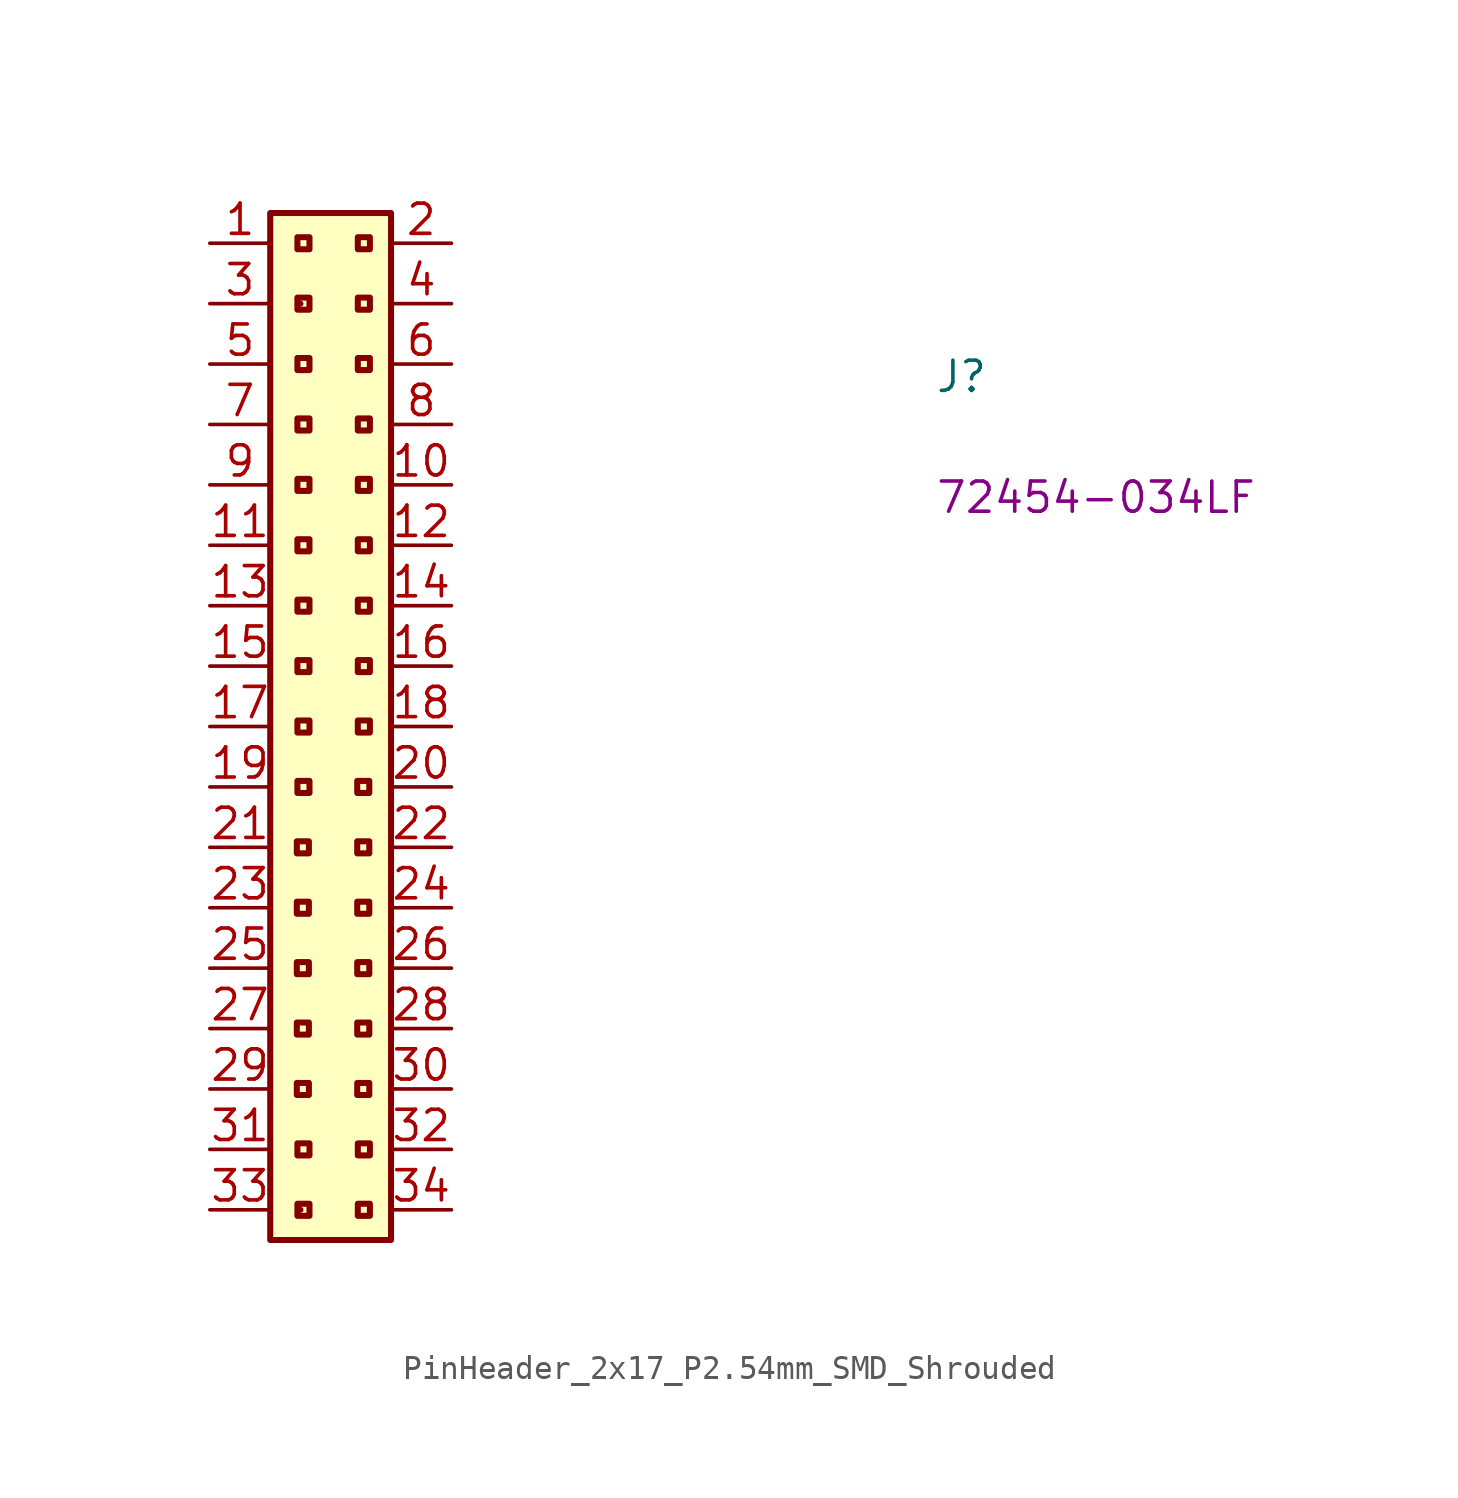
<source format=kicad_sym>
(kicad_symbol_lib
  (version 20220914)
  (generator kicad_symbol_editor)
  (symbol "PinHeader_2x17_P2.54mm_SMD_Shrouded"
    (pin_names hide)
    (property "Reference" "J"
      (at 30.48 -6.35 0)
      (effects (font (size 1.27 1.27) (thickness 0.15)) (justify left bottom)))
    (property "MPN" "72454-034LF"
      (at 30.48 -11.43 0)
      (effects (font (size 1.27 1.27) (thickness 0.15)) (justify left bottom)))
    (symbol "PinHeader_2x17_P2.54mm_SMD_Shrouded_1_1"
      (rectangle (start 2.54 1.27) (end 7.62 -41.91) (stroke (width 0.254) (type default)) (fill (type background)))
      (rectangle (start 3.81 -40.64) (end 3.81 -40.64) (stroke (width 0.254) (type default)) (fill (type background)))
      (rectangle (start 3.81 -2.54) (end 3.81 -2.54) (stroke (width 0.254) (type default)) (fill (type background)))
      (rectangle (start 4.166 -35.814) (end 3.658 -35.306) (stroke (width 0.254) (type default)) (fill (type background)))
      (rectangle (start 4.166 -33.274) (end 3.658 -32.766) (stroke (width 0.254) (type default)) (fill (type background)))
      (rectangle (start 4.166 -30.734) (end 3.658 -30.226) (stroke (width 0.254) (type default)) (fill (type background)))
      (rectangle (start 4.166 -28.194) (end 3.658 -27.686) (stroke (width 0.254) (type default)) (fill (type background)))
      (rectangle (start 4.166 -25.654) (end 3.658 -25.146) (stroke (width 0.254) (type default)) (fill (type background)))
      (rectangle (start 4.191 -40.894) (end 3.683 -40.386) (stroke (width 0.254) (type default)) (fill (type background)))
      (rectangle (start 4.191 -38.354) (end 3.683 -37.846) (stroke (width 0.254) (type default)) (fill (type background)))
      (rectangle (start 4.191 -23.114) (end 3.683 -22.606) (stroke (width 0.254) (type default)) (fill (type background)))
      (rectangle (start 4.191 -20.574) (end 3.683 -20.066) (stroke (width 0.254) (type default)) (fill (type background)))
      (rectangle (start 4.191 -18.034) (end 3.683 -17.526) (stroke (width 0.254) (type default)) (fill (type background)))
      (rectangle (start 4.191 -15.494) (end 3.683 -14.986) (stroke (width 0.254) (type default)) (fill (type background)))
      (rectangle (start 4.191 -12.954) (end 3.683 -12.446) (stroke (width 0.254) (type default)) (fill (type background)))
      (rectangle (start 4.191 -10.414) (end 3.683 -9.906) (stroke (width 0.254) (type default)) (fill (type background)))
      (rectangle (start 4.191 -7.874) (end 3.683 -7.366) (stroke (width 0.254) (type default)) (fill (type background)))
      (rectangle (start 4.191 -5.334) (end 3.683 -4.826) (stroke (width 0.254) (type default)) (fill (type background)))
      (rectangle (start 4.191 -2.794) (end 3.683 -2.286) (stroke (width 0.254) (type default)) (fill (type background)))
      (rectangle (start 4.191 -0.254) (end 3.683 0.254) (stroke (width 0.254) (type default)) (fill (type background)))
      (rectangle (start 6.706 -35.814) (end 6.198 -35.306) (stroke (width 0.254) (type default)) (fill (type background)))
      (rectangle (start 6.706 -33.274) (end 6.198 -32.766) (stroke (width 0.254) (type default)) (fill (type background)))
      (rectangle (start 6.706 -30.734) (end 6.198 -30.226) (stroke (width 0.254) (type default)) (fill (type background)))
      (rectangle (start 6.706 -28.194) (end 6.198 -27.686) (stroke (width 0.254) (type default)) (fill (type background)))
      (rectangle (start 6.706 -25.654) (end 6.198 -25.146) (stroke (width 0.254) (type default)) (fill (type background)))
      (rectangle (start 6.706 -23.114) (end 6.198 -22.606) (stroke (width 0.254) (type default)) (fill (type background)))
      (rectangle (start 6.731 -40.894) (end 6.223 -40.386) (stroke (width 0.254) (type default)) (fill (type background)))
      (rectangle (start 6.731 -38.354) (end 6.223 -37.846) (stroke (width 0.254) (type default)) (fill (type background)))
      (rectangle (start 6.731 -20.574) (end 6.223 -20.066) (stroke (width 0.254) (type default)) (fill (type background)))
      (rectangle (start 6.731 -18.034) (end 6.223 -17.526) (stroke (width 0.254) (type default)) (fill (type background)))
      (rectangle (start 6.731 -15.494) (end 6.223 -14.986) (stroke (width 0.254) (type default)) (fill (type background)))
      (rectangle (start 6.731 -12.954) (end 6.223 -12.446) (stroke (width 0.254) (type default)) (fill (type background)))
      (rectangle (start 6.731 -10.414) (end 6.223 -9.906) (stroke (width 0.254) (type default)) (fill (type background)))
      (rectangle (start 6.731 -7.874) (end 6.223 -7.366) (stroke (width 0.254) (type default)) (fill (type background)))
      (rectangle (start 6.731 -5.334) (end 6.223 -4.826) (stroke (width 0.254) (type default)) (fill (type background)))
      (rectangle (start 6.731 -2.794) (end 6.223 -2.286) (stroke (width 0.254) (type default)) (fill (type background)))
      (rectangle (start 6.731 -0.254) (end 6.223 0.254) (stroke (width 0.254) (type default)) (fill (type background)))
      (pin passive line (at 0 0 0) (length 2.54) (name "1" (effects (font (size 1.27 1.27)))) (number "1" (effects (font (size 1.27 1.27)))))
      (pin passive line (at 10.16 -10.16 180) (length 2.54) (name "10" (effects (font (size 1.27 1.27)))) (number "10" (effects (font (size 1.27 1.27)))))
      (pin passive line (at 0 -12.7 0) (length 2.54) (name "11" (effects (font (size 1.27 1.27)))) (number "11" (effects (font (size 1.27 1.27)))))
      (pin passive line (at 10.16 -12.7 180) (length 2.54) (name "12" (effects (font (size 1.27 1.27)))) (number "12" (effects (font (size 1.27 1.27)))))
      (pin passive line (at 0 -15.24 0) (length 2.54) (name "13" (effects (font (size 1.27 1.27)))) (number "13" (effects (font (size 1.27 1.27)))))
      (pin passive line (at 10.16 -15.24 180) (length 2.54) (name "14" (effects (font (size 1.27 1.27)))) (number "14" (effects (font (size 1.27 1.27)))))
      (pin passive line (at 0 -17.78 0) (length 2.54) (name "15" (effects (font (size 1.27 1.27)))) (number "15" (effects (font (size 1.27 1.27)))))
      (pin passive line (at 10.16 -17.78 180) (length 2.54) (name "16" (effects (font (size 1.27 1.27)))) (number "16" (effects (font (size 1.27 1.27)))))
      (pin passive line (at 0 -20.32 0) (length 2.54) (name "17" (effects (font (size 1.27 1.27)))) (number "17" (effects (font (size 1.27 1.27)))))
      (pin passive line (at 10.16 -20.32 180) (length 2.54) (name "18" (effects (font (size 1.27 1.27)))) (number "18" (effects (font (size 1.27 1.27)))))
      (pin passive line (at 0 -22.86 0) (length 2.54) (name "19" (effects (font (size 1.27 1.27)))) (number "19" (effects (font (size 1.27 1.27)))))
      (pin passive line (at 10.16 0 180) (length 2.54) (name "2" (effects (font (size 1.27 1.27)))) (number "2" (effects (font (size 1.27 1.27)))))
      (pin passive line (at 10.16 -22.86 180) (length 2.54) (name "20" (effects (font (size 1.27 1.27)))) (number "20" (effects (font (size 1.27 1.27)))))
      (pin passive line (at 0 -25.4 0) (length 2.54) (name "21" (effects (font (size 1.27 1.27)))) (number "21" (effects (font (size 1.27 1.27)))))
      (pin passive line (at 10.16 -25.4 180) (length 2.54) (name "22" (effects (font (size 1.27 1.27)))) (number "22" (effects (font (size 1.27 1.27)))))
      (pin passive line (at 0 -27.94 0) (length 2.54) (name "23" (effects (font (size 1.27 1.27)))) (number "23" (effects (font (size 1.27 1.27)))))
      (pin passive line (at 10.16 -27.94 180) (length 2.54) (name "24" (effects (font (size 1.27 1.27)))) (number "24" (effects (font (size 1.27 1.27)))))
      (pin passive line (at 0 -30.48 0) (length 2.54) (name "25" (effects (font (size 1.27 1.27)))) (number "25" (effects (font (size 1.27 1.27)))))
      (pin passive line (at 10.16 -30.48 180) (length 2.54) (name "26" (effects (font (size 1.27 1.27)))) (number "26" (effects (font (size 1.27 1.27)))))
      (pin passive line (at 0 -33.02 0) (length 2.54) (name "27" (effects (font (size 1.27 1.27)))) (number "27" (effects (font (size 1.27 1.27)))))
      (pin passive line (at 10.16 -33.02 180) (length 2.54) (name "28" (effects (font (size 1.27 1.27)))) (number "28" (effects (font (size 1.27 1.27)))))
      (pin passive line (at 0 -35.56 0) (length 2.54) (name "29" (effects (font (size 1.27 1.27)))) (number "29" (effects (font (size 1.27 1.27)))))
      (pin passive line (at 0 -2.54 0) (length 2.54) (name "3" (effects (font (size 1.27 1.27)))) (number "3" (effects (font (size 1.27 1.27)))))
      (pin passive line (at 10.16 -35.56 180) (length 2.54) (name "30" (effects (font (size 1.27 1.27)))) (number "30" (effects (font (size 1.27 1.27)))))
      (pin passive line (at 0 -38.1 0) (length 2.54) (name "31" (effects (font (size 1.27 1.27)))) (number "31" (effects (font (size 1.27 1.27)))))
      (pin passive line (at 10.16 -38.1 180) (length 2.54) (name "32" (effects (font (size 1.27 1.27)))) (number "32" (effects (font (size 1.27 1.27)))))
      (pin passive line (at 0 -40.64 0) (length 2.54) (name "33" (effects (font (size 1.27 1.27)))) (number "33" (effects (font (size 1.27 1.27)))))
      (pin passive line (at 10.16 -40.64 180) (length 2.54) (name "34" (effects (font (size 1.27 1.27)))) (number "34" (effects (font (size 1.27 1.27)))))
      (pin passive line (at 10.16 -2.54 180) (length 2.54) (name "4" (effects (font (size 1.27 1.27)))) (number "4" (effects (font (size 1.27 1.27)))))
      (pin passive line (at 0 -5.08 0) (length 2.54) (name "5" (effects (font (size 1.27 1.27)))) (number "5" (effects (font (size 1.27 1.27)))))
      (pin passive line (at 10.16 -5.08 180) (length 2.54) (name "6" (effects (font (size 1.27 1.27)))) (number "6" (effects (font (size 1.27 1.27)))))
      (pin passive line (at 0 -7.62 0) (length 2.54) (name "7" (effects (font (size 1.27 1.27)))) (number "7" (effects (font (size 1.27 1.27)))))
      (pin passive line (at 10.16 -7.62 180) (length 2.54) (name "8" (effects (font (size 1.27 1.27)))) (number "8" (effects (font (size 1.27 1.27)))))
      (pin passive line (at 0 -10.16 0) (length 2.54) (name "9" (effects (font (size 1.27 1.27)))) (number "9" (effects (font (size 1.27 1.27))))))))
</source>
